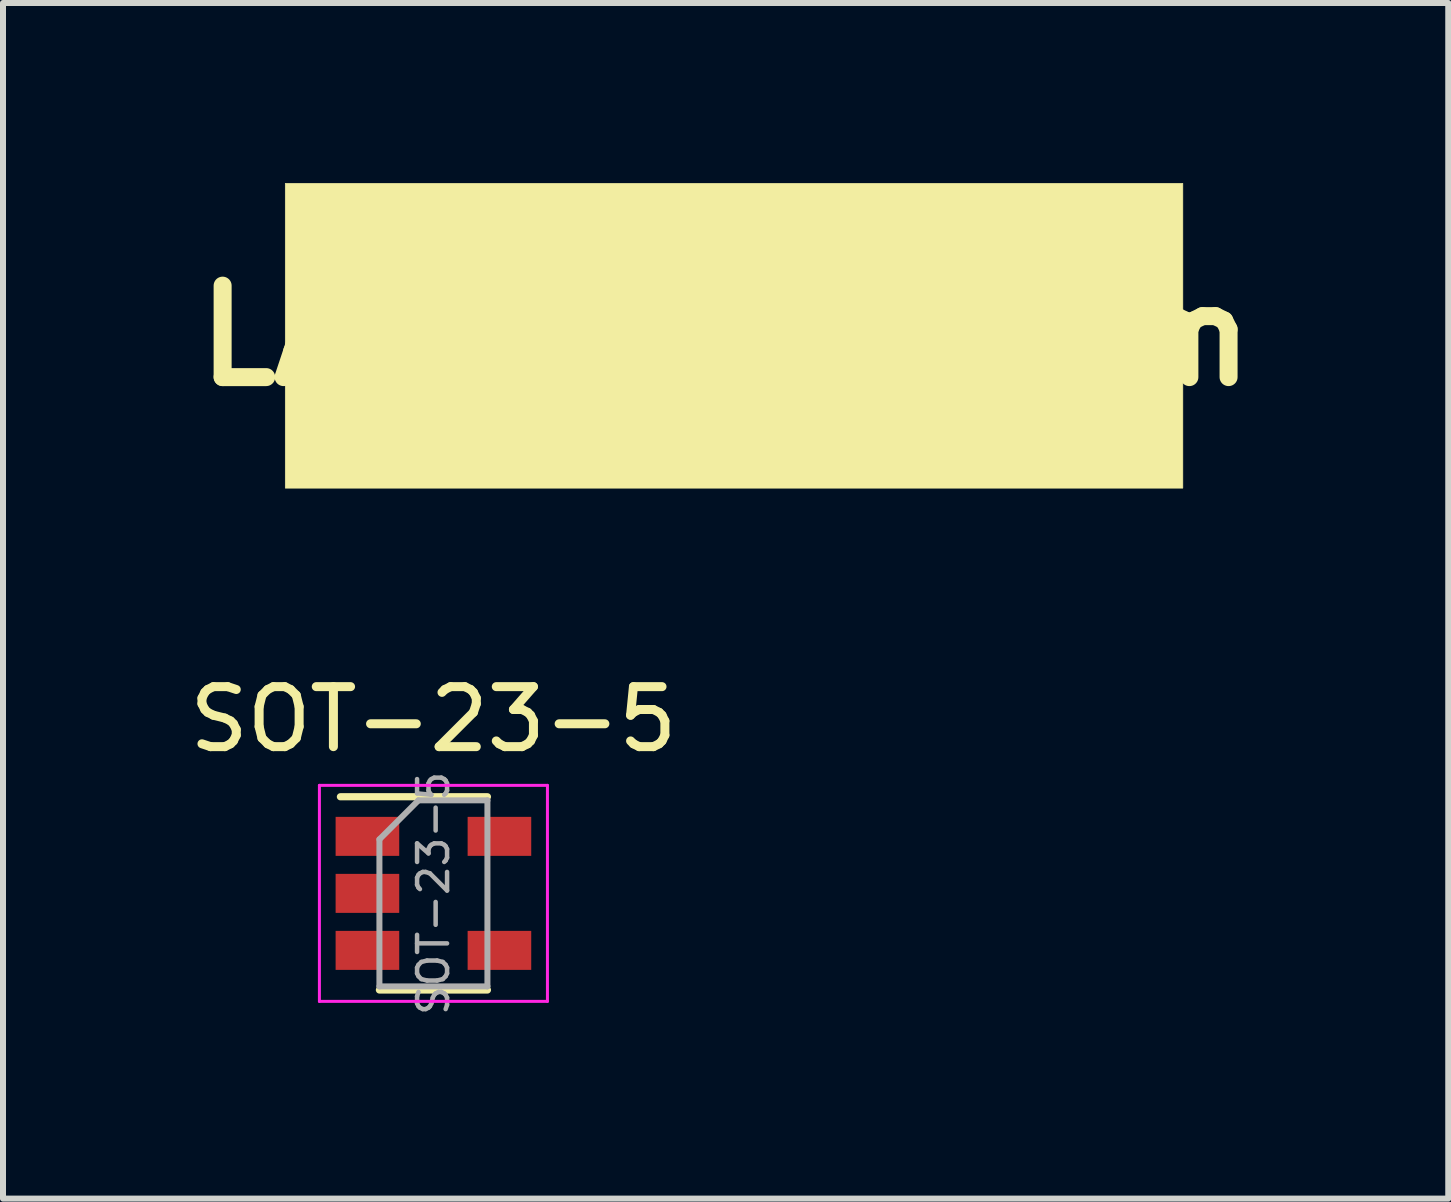
<source format=kicad_pcb>
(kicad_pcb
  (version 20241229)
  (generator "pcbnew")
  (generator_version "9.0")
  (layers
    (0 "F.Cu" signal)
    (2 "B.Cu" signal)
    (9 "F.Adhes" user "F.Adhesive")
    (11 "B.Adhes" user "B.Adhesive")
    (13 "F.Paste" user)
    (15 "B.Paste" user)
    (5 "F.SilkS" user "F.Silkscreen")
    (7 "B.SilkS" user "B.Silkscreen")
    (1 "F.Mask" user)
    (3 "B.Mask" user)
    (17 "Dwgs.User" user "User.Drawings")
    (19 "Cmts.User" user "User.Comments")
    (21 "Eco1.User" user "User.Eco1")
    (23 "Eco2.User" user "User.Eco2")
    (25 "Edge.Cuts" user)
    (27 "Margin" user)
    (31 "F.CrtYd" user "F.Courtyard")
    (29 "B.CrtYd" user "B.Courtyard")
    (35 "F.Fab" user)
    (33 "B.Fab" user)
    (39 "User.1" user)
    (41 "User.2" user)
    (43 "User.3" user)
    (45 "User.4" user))
  (footprint "LABEL_15x5mm"
    (layer "F.Cu")
    (at 9.042 2.545)
    (property "Reference" "LABEL_15x5mm" (at 0 0 0) (layer "F.SilkS") (effects (font (size 1.524 1.524) (thickness 0.3))))
    (attr through_hole)
    (fp_poly (pts (xy 7.62 2.54) (xy -7.338 2.54) (xy -7.338 -2.54) (xy 7.62 -2.54) (xy 7.62 2.54)) (stroke (width 0.01) (type solid)) (fill yes) (layer "F.SilkS")))
  (footprint "SOT-23-5"
    (layer "F.Cu")
    (at 4.173 11.838)
    (property "Reference" "SOT-23-5" (at 0 -2.9 0) (layer "F.SilkS") (effects (font (size 1 1) (thickness 0.15))))
    (attr smd)
    (fp_line (start -0.9 1.61) (end 0.9 1.61) (stroke (width 0.12) (type solid)) (layer "F.SilkS"))
    (fp_line (start 0.9 -1.61) (end -1.55 -1.61) (stroke (width 0.12) (type solid)) (layer "F.SilkS"))
    (fp_line (start -1.9 -1.8) (end 1.9 -1.8) (stroke (width 0.05) (type solid)) (layer "F.CrtYd"))
    (fp_line (start -1.9 1.8) (end -1.9 -1.8) (stroke (width 0.05) (type solid)) (layer "F.CrtYd"))
    (fp_line (start 1.9 -1.8) (end 1.9 1.8) (stroke (width 0.05) (type solid)) (layer "F.CrtYd"))
    (fp_line (start 1.9 1.8) (end -1.9 1.8) (stroke (width 0.05) (type solid)) (layer "F.CrtYd"))
    (fp_line (start -0.9 -0.9) (end -0.9 1.55) (stroke (width 0.1) (type solid)) (layer "F.Fab"))
    (fp_line (start -0.9 -0.9) (end -0.25 -1.55) (stroke (width 0.1) (type solid)) (layer "F.Fab"))
    (fp_line (start 0.9 -1.55) (end -0.25 -1.55) (stroke (width 0.1) (type solid)) (layer "F.Fab"))
    (fp_line (start 0.9 -1.55) (end 0.9 1.55) (stroke (width 0.1) (type solid)) (layer "F.Fab"))
    (fp_line (start 0.9 1.55) (end -0.9 1.55) (stroke (width 0.1) (type solid)) (layer "F.Fab"))
    (fp_text user "${REFERENCE}" (at 0 0 90) (layer "F.Fab") (effects (font (size 0.5 0.5) (thickness 0.075))))
    (pad "1" smd rect (at -1.1 -0.95) (size 1.06 0.65) (layers "F.Cu" "F.Mask" "F.Paste"))
    (pad "2" smd rect (at -1.1 0) (size 1.06 0.65) (layers "F.Cu" "F.Mask" "F.Paste"))
    (pad "3" smd rect (at -1.1 0.95) (size 1.06 0.65) (layers "F.Cu" "F.Mask" "F.Paste"))
    (pad "4" smd rect (at 1.1 0.95) (size 1.06 0.65) (layers "F.Cu" "F.Mask" "F.Paste"))
    (pad "5" smd rect (at 1.1 -0.95) (size 1.06 0.65) (layers "F.Cu" "F.Mask" "F.Paste")))
  (gr_rect
    (start -3 -3)
    (end 21.085 16.925)
    (stroke (width 0.1) (type default))
    (fill no)
    (layer "Edge.Cuts")))
</source>
